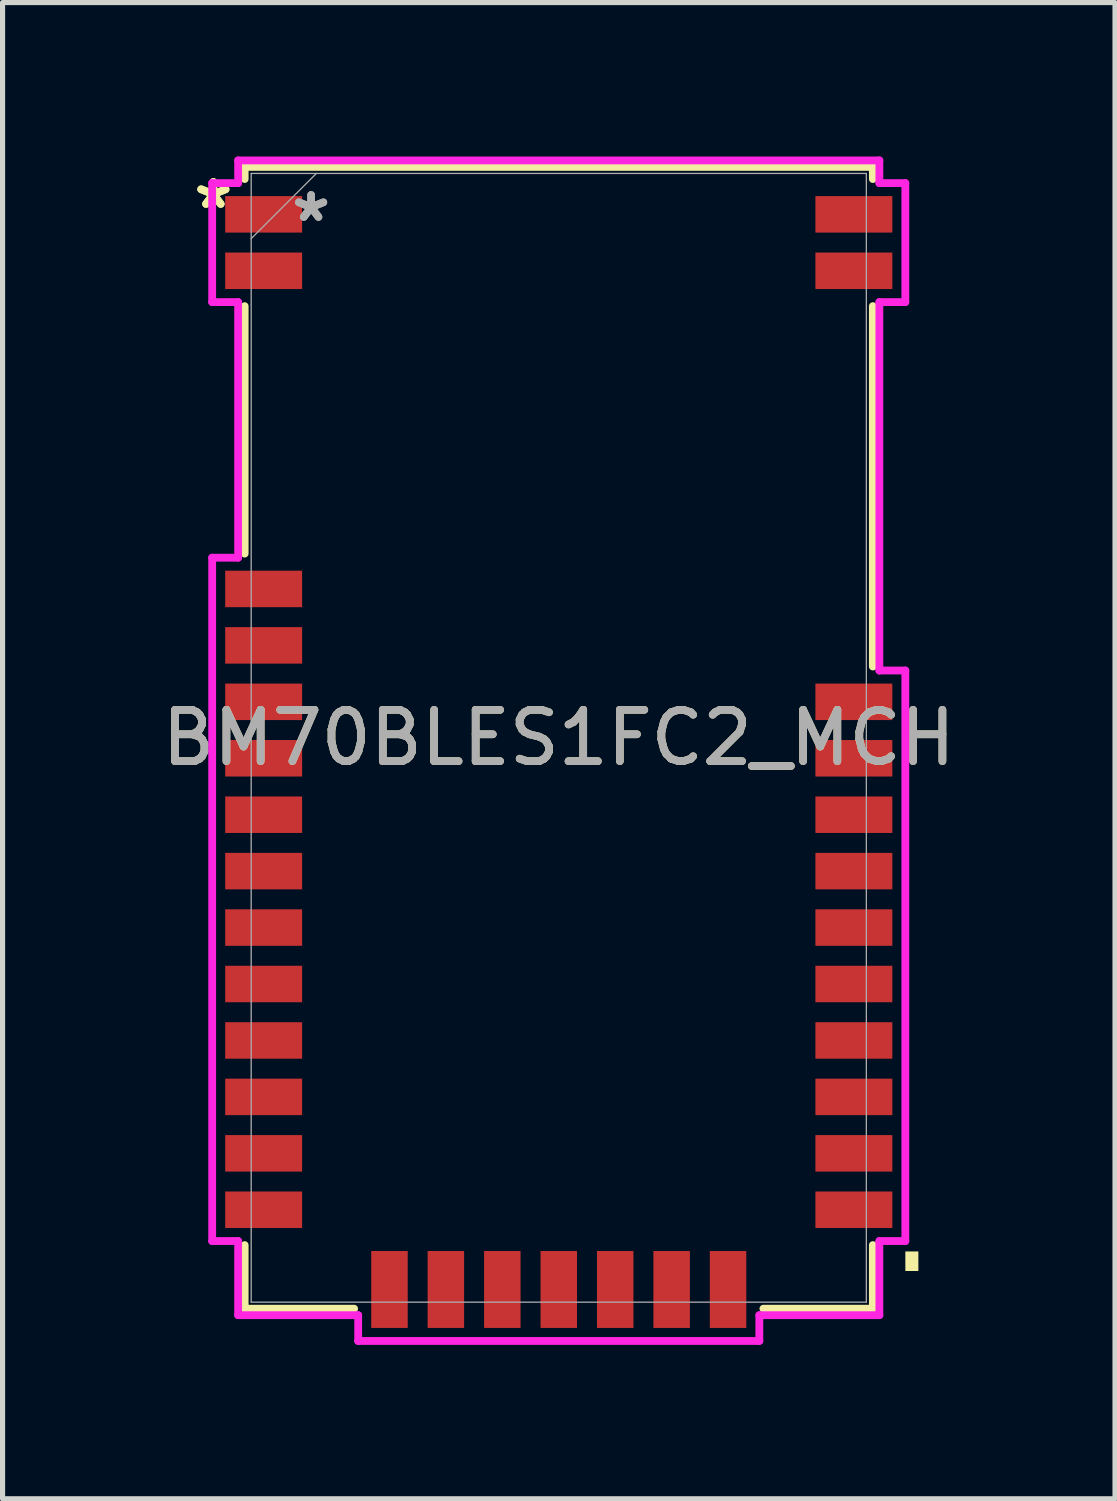
<source format=kicad_pcb>
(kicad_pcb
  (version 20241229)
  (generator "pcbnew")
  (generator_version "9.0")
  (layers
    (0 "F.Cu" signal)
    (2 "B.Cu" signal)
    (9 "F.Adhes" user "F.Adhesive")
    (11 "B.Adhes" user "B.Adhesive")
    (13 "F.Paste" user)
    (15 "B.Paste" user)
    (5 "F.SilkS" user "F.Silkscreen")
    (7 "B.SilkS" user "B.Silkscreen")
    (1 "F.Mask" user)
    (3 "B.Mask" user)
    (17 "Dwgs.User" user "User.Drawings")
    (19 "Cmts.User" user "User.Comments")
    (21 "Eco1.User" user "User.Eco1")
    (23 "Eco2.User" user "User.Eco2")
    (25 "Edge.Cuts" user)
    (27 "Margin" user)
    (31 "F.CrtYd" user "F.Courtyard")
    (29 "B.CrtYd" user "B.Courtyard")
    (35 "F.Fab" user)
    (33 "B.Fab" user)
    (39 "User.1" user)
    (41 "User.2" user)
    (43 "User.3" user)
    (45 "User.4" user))
  (footprint "BM70BLES1FC2_MCH"
    (layer "F.Cu")
    (at 7.839 11.328)
    (property "Reference" "BM70BLES1FC2_MCH" (at 0 0 0) (unlocked yes) (layer "F.SilkS") (effects (font (size 1 1) (thickness 0.15))))
    (attr smd)
    (fp_line (start -6.121 -11.125) (end 6.121 -11.125) (stroke (width 0.152) (type solid)) (layer "F.SilkS"))
    (fp_line (start -6.121 -10.889) (end -6.121 -11.125) (stroke (width 0.152) (type solid)) (layer "F.SilkS"))
    (fp_line (start -6.121 -3.589) (end -6.121 -8.412) (stroke (width 0.152) (type solid)) (layer "F.SilkS"))
    (fp_line (start -6.121 11.125) (end -6.121 9.886) (stroke (width 0.152) (type solid)) (layer "F.SilkS"))
    (fp_line (start -3.988 11.125) (end -6.121 11.125) (stroke (width 0.152) (type solid)) (layer "F.SilkS"))
    (fp_line (start 6.121 -11.125) (end 6.121 -10.889) (stroke (width 0.152) (type solid)) (layer "F.SilkS"))
    (fp_line (start 6.121 -8.412) (end 6.121 -1.389) (stroke (width 0.152) (type solid)) (layer "F.SilkS"))
    (fp_line (start 6.121 9.886) (end 6.121 11.125) (stroke (width 0.152) (type solid)) (layer "F.SilkS"))
    (fp_line (start 6.121 11.125) (end 3.988 11.125) (stroke (width 0.152) (type solid)) (layer "F.SilkS"))
    (fp_poly (pts (xy 7.008 10.01) (xy 7.008 10.391) (xy 6.754 10.391) (xy 6.754 10.01)) (stroke (width 0) (type solid)) (fill yes) (layer "F.SilkS"))
    (fp_poly (pts (xy -3.495 -0.003) (xy -1.844 -0.003) (xy -1.844 -1.603) (xy -3.495 -1.603)) (stroke (width 0.1) (type solid)) (fill no) (layer "Eco2.User"))
    (fp_poly (pts (xy 0.907 -0.704) (xy 2.507 -0.704) (xy 2.507 -2.202) (xy 0.907 -2.202)) (stroke (width 0.1) (type solid)) (fill no) (layer "Eco2.User"))
    (fp_poly (pts (xy 2.012 -3.802) (xy 5.999 -3.802) (xy 5.999 -7.003) (xy 2.012 -7.003)) (stroke (width 0.1) (type solid)) (fill no) (layer "Eco2.User"))
    (fp_poly (pts (xy 3.607 6.896) (xy 5.004 6.896) (xy 5.004 5.499) (xy 3.607 5.499)) (stroke (width 0.1) (type solid)) (fill no) (layer "Eco2.User"))
    (fp_line (start -6.754 -10.81) (end -6.754 -8.491) (stroke (width 0.152) (type solid)) (layer "F.CrtYd"))
    (fp_line (start -6.754 -8.491) (end -6.248 -8.491) (stroke (width 0.152) (type solid)) (layer "F.CrtYd"))
    (fp_line (start -6.754 -3.51) (end -6.754 9.807) (stroke (width 0.152) (type solid)) (layer "F.CrtYd"))
    (fp_line (start -6.754 9.807) (end -6.248 9.807) (stroke (width 0.152) (type solid)) (layer "F.CrtYd"))
    (fp_line (start -6.248 -11.252) (end -6.248 -10.81) (stroke (width 0.152) (type solid)) (layer "F.CrtYd"))
    (fp_line (start -6.248 -10.81) (end -6.754 -10.81) (stroke (width 0.152) (type solid)) (layer "F.CrtYd"))
    (fp_line (start -6.248 -8.491) (end -6.248 -3.51) (stroke (width 0.152) (type solid)) (layer "F.CrtYd"))
    (fp_line (start -6.248 -3.51) (end -6.754 -3.51) (stroke (width 0.152) (type solid)) (layer "F.CrtYd"))
    (fp_line (start -6.248 9.807) (end -6.248 11.252) (stroke (width 0.152) (type solid)) (layer "F.CrtYd"))
    (fp_line (start -6.248 11.252) (end -3.909 11.252) (stroke (width 0.152) (type solid)) (layer "F.CrtYd"))
    (fp_line (start -3.909 11.252) (end -3.909 11.754) (stroke (width 0.152) (type solid)) (layer "F.CrtYd"))
    (fp_line (start -3.909 11.754) (end 3.909 11.754) (stroke (width 0.152) (type solid)) (layer "F.CrtYd"))
    (fp_line (start 3.909 11.252) (end 6.248 11.252) (stroke (width 0.152) (type solid)) (layer "F.CrtYd"))
    (fp_line (start 3.909 11.754) (end 3.909 11.252) (stroke (width 0.152) (type solid)) (layer "F.CrtYd"))
    (fp_line (start 6.248 -11.252) (end -6.248 -11.252) (stroke (width 0.152) (type solid)) (layer "F.CrtYd"))
    (fp_line (start 6.248 -10.81) (end 6.248 -11.252) (stroke (width 0.152) (type solid)) (layer "F.CrtYd"))
    (fp_line (start 6.248 -8.491) (end 6.754 -8.491) (stroke (width 0.152) (type solid)) (layer "F.CrtYd"))
    (fp_line (start 6.248 -1.311) (end 6.248 -8.491) (stroke (width 0.152) (type solid)) (layer "F.CrtYd"))
    (fp_line (start 6.248 9.807) (end 6.754 9.807) (stroke (width 0.152) (type solid)) (layer "F.CrtYd"))
    (fp_line (start 6.248 11.252) (end 6.248 9.807) (stroke (width 0.152) (type solid)) (layer "F.CrtYd"))
    (fp_line (start 6.754 -10.81) (end 6.248 -10.81) (stroke (width 0.152) (type solid)) (layer "F.CrtYd"))
    (fp_line (start 6.754 -8.491) (end 6.754 -10.81) (stroke (width 0.152) (type solid)) (layer "F.CrtYd"))
    (fp_line (start 6.754 -1.311) (end 6.248 -1.311) (stroke (width 0.152) (type solid)) (layer "F.CrtYd"))
    (fp_line (start 6.754 9.807) (end 6.754 -1.311) (stroke (width 0.152) (type solid)) (layer "F.CrtYd"))
    (fp_line (start -5.994 -10.998) (end -5.994 10.998) (stroke (width 0.025) (type solid)) (layer "F.Fab"))
    (fp_line (start -5.994 -9.728) (end -4.724 -10.998) (stroke (width 0.025) (type solid)) (layer "F.Fab"))
    (fp_line (start -5.994 10.998) (end 5.994 10.998) (stroke (width 0.025) (type solid)) (layer "F.Fab"))
    (fp_line (start 5.994 -10.998) (end -5.994 -10.998) (stroke (width 0.025) (type solid)) (layer "F.Fab"))
    (fp_line (start 5.994 10.998) (end 5.994 -10.998) (stroke (width 0.025) (type solid)) (layer "F.Fab"))
    (fp_text user "*" (at -6.731 -10.287 0) (layer "F.SilkS") (effects (font (size 1 1) (thickness 0.15))))
    (fp_text user "*" (at -6.731 -10.287 0) (unlocked yes) (layer "F.SilkS") (effects (font (size 1 1) (thickness 0.15))))
    (fp_text user "*" (at -4.826 -10.033 0) (unlocked yes) (layer "F.Fab") (effects (font (size 1 1) (thickness 0.15))))
    (fp_text user "*" (at -4.826 -10.033 0) (layer "F.Fab") (effects (font (size 1 1) (thickness 0.15))))
    (fp_text user "${REFERENCE}" (at 0 0 0) (unlocked yes) (layer "F.Fab") (effects (font (size 1 1) (thickness 0.15))))
    (pad "1" smd rect (at -5.751 -10.201 90) (size 0.711 1.499) (layers "F.Cu" "F.Mask" "F.Paste"))
    (pad "2" smd rect (at -5.751 -9.101 90) (size 0.711 1.499) (layers "F.Cu" "F.Mask" "F.Paste"))
    (pad "3" smd rect (at -5.751 -2.901 90) (size 0.711 1.499) (layers "F.Cu" "F.Mask" "F.Paste"))
    (pad "4" smd rect (at -5.751 -1.801 90) (size 0.711 1.499) (layers "F.Cu" "F.Mask" "F.Paste"))
    (pad "5" smd rect (at -5.751 -0.701 90) (size 0.711 1.499) (layers "F.Cu" "F.Mask" "F.Paste"))
    (pad "6" smd rect (at -5.751 0.399 90) (size 0.711 1.499) (layers "F.Cu" "F.Mask" "F.Paste"))
    (pad "7" smd rect (at -5.751 1.499 90) (size 0.711 1.499) (layers "F.Cu" "F.Mask" "F.Paste"))
    (pad "8" smd rect (at -5.751 2.598 90) (size 0.711 1.499) (layers "F.Cu" "F.Mask" "F.Paste"))
    (pad "9" smd rect (at -5.751 3.698 90) (size 0.711 1.499) (layers "F.Cu" "F.Mask" "F.Paste"))
    (pad "10" smd rect (at -5.751 4.798 90) (size 0.711 1.499) (layers "F.Cu" "F.Mask" "F.Paste"))
    (pad "11" smd rect (at -5.751 5.898 90) (size 0.711 1.499) (layers "F.Cu" "F.Mask" "F.Paste"))
    (pad "12" smd rect (at -5.751 6.998 90) (size 0.711 1.499) (layers "F.Cu" "F.Mask" "F.Paste"))
    (pad "13" smd rect (at -5.751 8.098 90) (size 0.711 1.499) (layers "F.Cu" "F.Mask" "F.Paste"))
    (pad "14" smd rect (at -5.751 9.197 90) (size 0.711 1.499) (layers "F.Cu" "F.Mask" "F.Paste"))
    (pad "15" smd rect (at -3.299 10.751) (size 0.711 1.499) (layers "F.Cu" "F.Mask" "F.Paste"))
    (pad "16" smd rect (at -2.2 10.751) (size 0.711 1.499) (layers "F.Cu" "F.Mask" "F.Paste"))
    (pad "17" smd rect (at -1.1 10.751) (size 0.711 1.499) (layers "F.Cu" "F.Mask" "F.Paste"))
    (pad "18" smd rect (at 0 10.751) (size 0.711 1.499) (layers "F.Cu" "F.Mask" "F.Paste"))
    (pad "19" smd rect (at 1.1 10.751) (size 0.711 1.499) (layers "F.Cu" "F.Mask" "F.Paste"))
    (pad "20" smd rect (at 2.2 10.751) (size 0.711 1.499) (layers "F.Cu" "F.Mask" "F.Paste"))
    (pad "21" smd rect (at 3.299 10.751) (size 0.711 1.499) (layers "F.Cu" "F.Mask" "F.Paste"))
    (pad "22" smd rect (at 5.751 9.197 90) (size 0.711 1.499) (layers "F.Cu" "F.Mask" "F.Paste"))
    (pad "23" smd rect (at 5.751 8.098 90) (size 0.711 1.499) (layers "F.Cu" "F.Mask" "F.Paste"))
    (pad "24" smd rect (at 5.751 6.998 90) (size 0.711 1.499) (layers "F.Cu" "F.Mask" "F.Paste"))
    (pad "25" smd rect (at 5.751 5.898 90) (size 0.711 1.499) (layers "F.Cu" "F.Mask" "F.Paste"))
    (pad "26" smd rect (at 5.751 4.798 90) (size 0.711 1.499) (layers "F.Cu" "F.Mask" "F.Paste"))
    (pad "27" smd rect (at 5.751 3.698 90) (size 0.711 1.499) (layers "F.Cu" "F.Mask" "F.Paste"))
    (pad "28" smd rect (at 5.751 2.598 90) (size 0.711 1.499) (layers "F.Cu" "F.Mask" "F.Paste"))
    (pad "29" smd rect (at 5.751 1.499 90) (size 0.711 1.499) (layers "F.Cu" "F.Mask" "F.Paste"))
    (pad "30" smd rect (at 5.751 0.399 90) (size 0.711 1.499) (layers "F.Cu" "F.Mask" "F.Paste"))
    (pad "31" smd rect (at 5.751 -0.701 90) (size 0.711 1.499) (layers "F.Cu" "F.Mask" "F.Paste"))
    (pad "32" smd rect (at 5.751 -9.101 90) (size 0.711 1.499) (layers "F.Cu" "F.Mask" "F.Paste"))
    (pad "33" smd rect (at 5.751 -10.201 90) (size 0.711 1.499) (layers "F.Cu" "F.Mask" "F.Paste")))
  (gr_rect
    (start -3 -3)
    (end 18.679 26.158)
    (stroke (width 0.1) (type default))
    (fill no)
    (layer "Edge.Cuts")))
</source>
